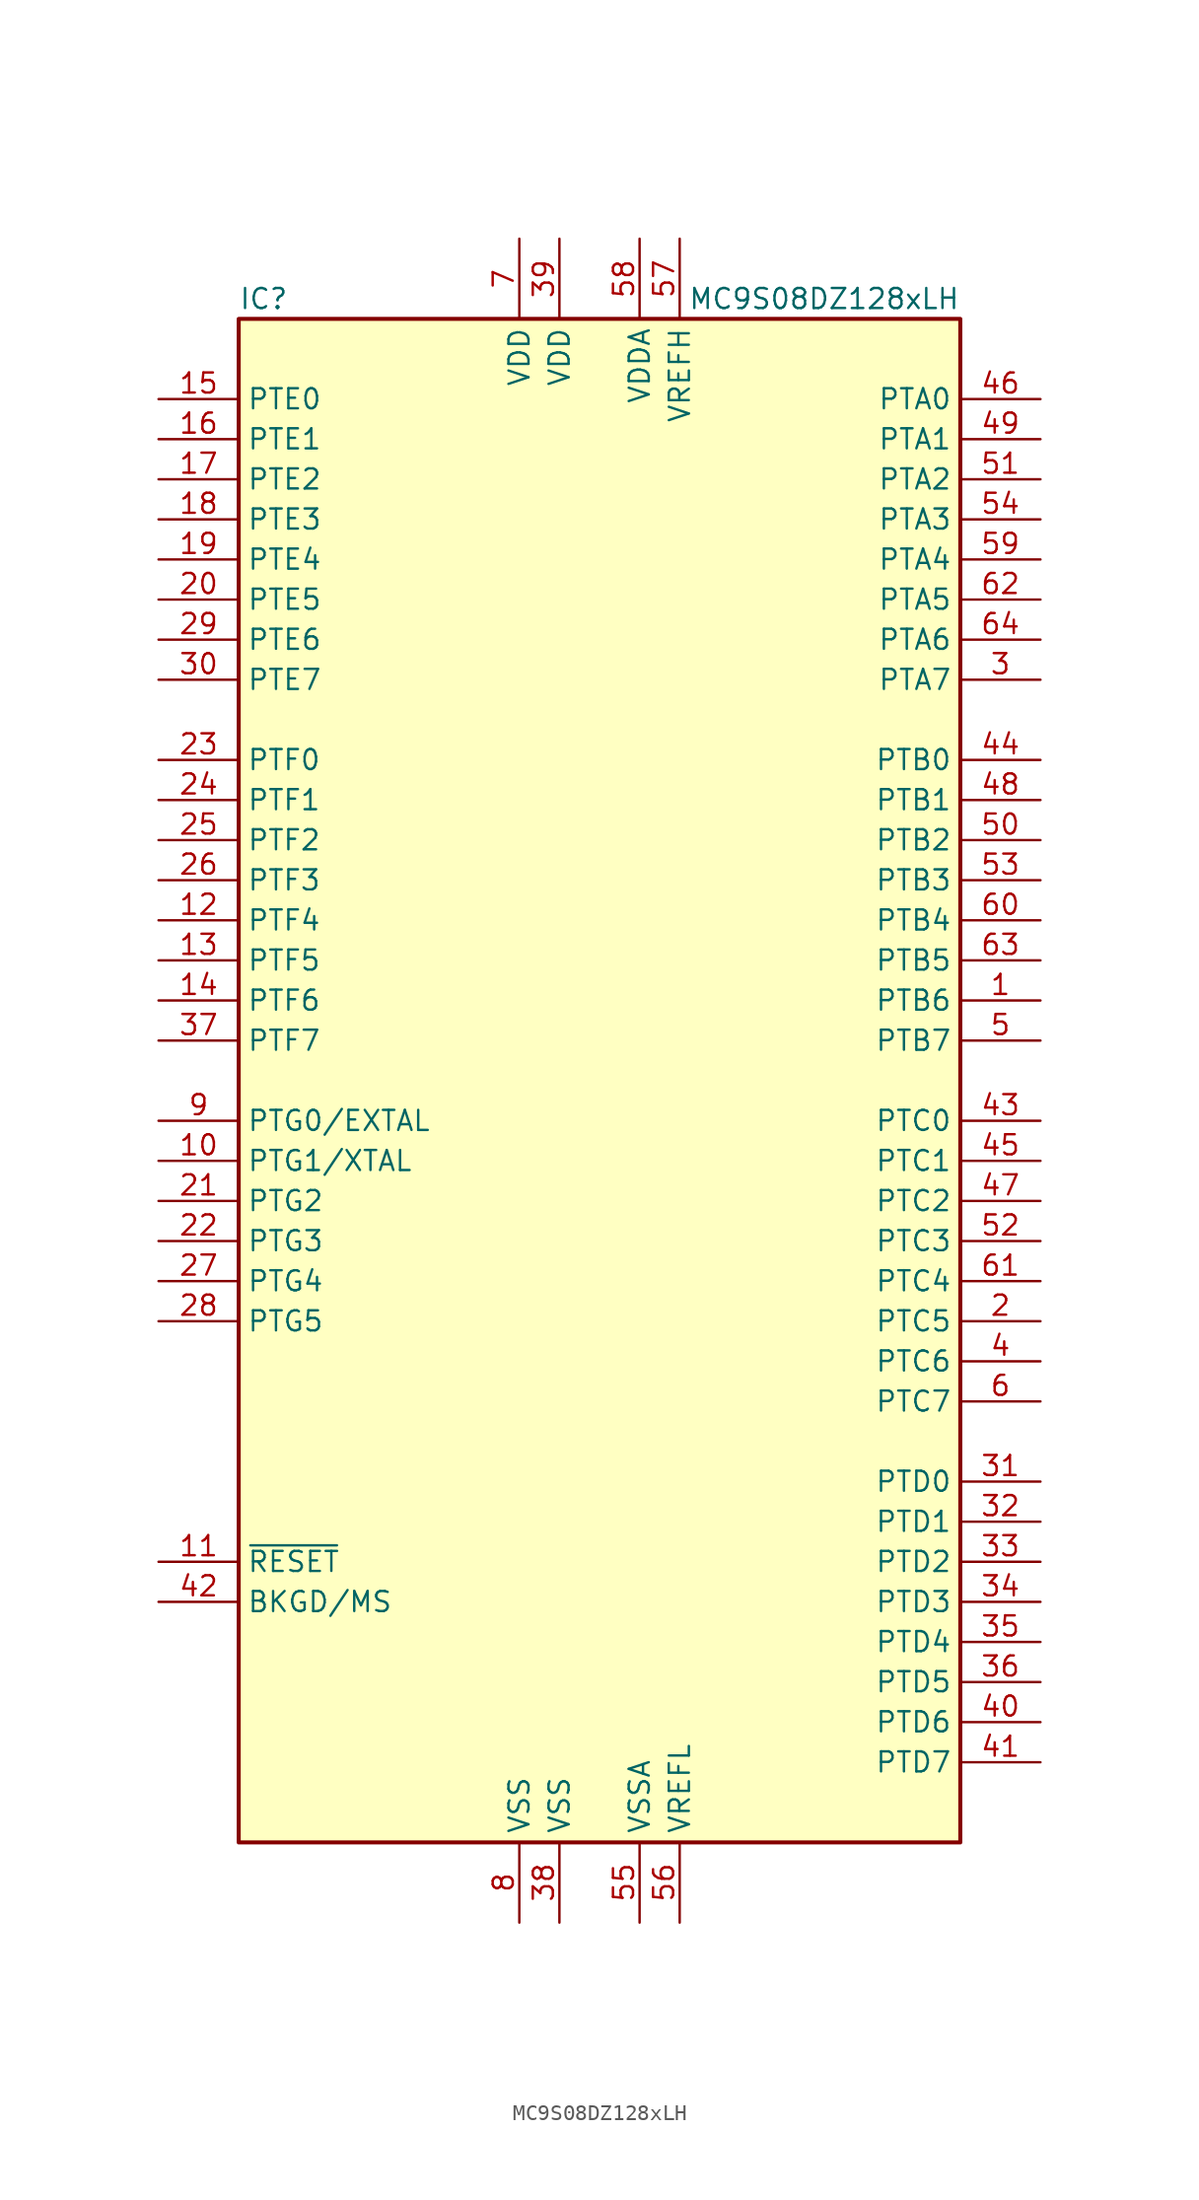
<source format=kicad_sym>
(kicad_symbol_lib
  (version 20211014)
  (generator kicad_symbol_editor)
  (symbol "MC9S08DZ128xLH"
    (property "Reference" "IC"
      (at -22.86 49.53 0)
      (effects (font (size 1.27 1.27)) (justify left)))
    (property "Value" "MC9S08DZ128xLH"
      (at 22.86 49.53 0)
      (effects (font (size 1.27 1.27)) (justify right)))
    (symbol "MC9S08DZ128xLH_0_1"
      (rectangle (start -22.86 48.26) (end 22.86 -48.26) (stroke (width 0.254) (type default) (color 0 0 0 0)) (fill (type background))))
    (symbol "MC9S08DZ128xLH_1_1"
      (pin bidirectional line (at 27.94 5.08 180) (length 5.08) (name "PTB6" (effects (font (size 1.27 1.27)))) (number "1" (effects (font (size 1.27 1.27)))))
      (pin bidirectional line (at -27.94 -5.08 0) (length 5.08) (name "PTG1/XTAL" (effects (font (size 1.27 1.27)))) (number "10" (effects (font (size 1.27 1.27)))))
      (pin input line (at -27.94 -30.48 0) (length 5.08) (name "~{RESET}" (effects (font (size 1.27 1.27)))) (number "11" (effects (font (size 1.27 1.27)))))
      (pin bidirectional line (at -27.94 10.16 0) (length 5.08) (name "PTF4" (effects (font (size 1.27 1.27)))) (number "12" (effects (font (size 1.27 1.27)))))
      (pin bidirectional line (at -27.94 7.62 0) (length 5.08) (name "PTF5" (effects (font (size 1.27 1.27)))) (number "13" (effects (font (size 1.27 1.27)))))
      (pin bidirectional line (at -27.94 5.08 0) (length 5.08) (name "PTF6" (effects (font (size 1.27 1.27)))) (number "14" (effects (font (size 1.27 1.27)))))
      (pin bidirectional line (at -27.94 43.18 0) (length 5.08) (name "PTE0" (effects (font (size 1.27 1.27)))) (number "15" (effects (font (size 1.27 1.27)))))
      (pin bidirectional line (at -27.94 40.64 0) (length 5.08) (name "PTE1" (effects (font (size 1.27 1.27)))) (number "16" (effects (font (size 1.27 1.27)))))
      (pin bidirectional line (at -27.94 38.1 0) (length 5.08) (name "PTE2" (effects (font (size 1.27 1.27)))) (number "17" (effects (font (size 1.27 1.27)))))
      (pin bidirectional line (at -27.94 35.56 0) (length 5.08) (name "PTE3" (effects (font (size 1.27 1.27)))) (number "18" (effects (font (size 1.27 1.27)))))
      (pin bidirectional line (at -27.94 33.02 0) (length 5.08) (name "PTE4" (effects (font (size 1.27 1.27)))) (number "19" (effects (font (size 1.27 1.27)))))
      (pin bidirectional line (at 27.94 -15.24 180) (length 5.08) (name "PTC5" (effects (font (size 1.27 1.27)))) (number "2" (effects (font (size 1.27 1.27)))))
      (pin bidirectional line (at -27.94 30.48 0) (length 5.08) (name "PTE5" (effects (font (size 1.27 1.27)))) (number "20" (effects (font (size 1.27 1.27)))))
      (pin bidirectional line (at -27.94 -7.62 0) (length 5.08) (name "PTG2" (effects (font (size 1.27 1.27)))) (number "21" (effects (font (size 1.27 1.27)))))
      (pin bidirectional line (at -27.94 -10.16 0) (length 5.08) (name "PTG3" (effects (font (size 1.27 1.27)))) (number "22" (effects (font (size 1.27 1.27)))))
      (pin bidirectional line (at -27.94 20.32 0) (length 5.08) (name "PTF0" (effects (font (size 1.27 1.27)))) (number "23" (effects (font (size 1.27 1.27)))))
      (pin bidirectional line (at -27.94 17.78 0) (length 5.08) (name "PTF1" (effects (font (size 1.27 1.27)))) (number "24" (effects (font (size 1.27 1.27)))))
      (pin bidirectional line (at -27.94 15.24 0) (length 5.08) (name "PTF2" (effects (font (size 1.27 1.27)))) (number "25" (effects (font (size 1.27 1.27)))))
      (pin bidirectional line (at -27.94 12.7 0) (length 5.08) (name "PTF3" (effects (font (size 1.27 1.27)))) (number "26" (effects (font (size 1.27 1.27)))))
      (pin bidirectional line (at -27.94 -12.7 0) (length 5.08) (name "PTG4" (effects (font (size 1.27 1.27)))) (number "27" (effects (font (size 1.27 1.27)))))
      (pin bidirectional line (at -27.94 -15.24 0) (length 5.08) (name "PTG5" (effects (font (size 1.27 1.27)))) (number "28" (effects (font (size 1.27 1.27)))))
      (pin bidirectional line (at -27.94 27.94 0) (length 5.08) (name "PTE6" (effects (font (size 1.27 1.27)))) (number "29" (effects (font (size 1.27 1.27)))))
      (pin bidirectional line (at 27.94 25.4 180) (length 5.08) (name "PTA7" (effects (font (size 1.27 1.27)))) (number "3" (effects (font (size 1.27 1.27)))))
      (pin bidirectional line (at -27.94 25.4 0) (length 5.08) (name "PTE7" (effects (font (size 1.27 1.27)))) (number "30" (effects (font (size 1.27 1.27)))))
      (pin bidirectional line (at 27.94 -25.4 180) (length 5.08) (name "PTD0" (effects (font (size 1.27 1.27)))) (number "31" (effects (font (size 1.27 1.27)))))
      (pin bidirectional line (at 27.94 -27.94 180) (length 5.08) (name "PTD1" (effects (font (size 1.27 1.27)))) (number "32" (effects (font (size 1.27 1.27)))))
      (pin bidirectional line (at 27.94 -30.48 180) (length 5.08) (name "PTD2" (effects (font (size 1.27 1.27)))) (number "33" (effects (font (size 1.27 1.27)))))
      (pin bidirectional line (at 27.94 -33.02 180) (length 5.08) (name "PTD3" (effects (font (size 1.27 1.27)))) (number "34" (effects (font (size 1.27 1.27)))))
      (pin bidirectional line (at 27.94 -35.56 180) (length 5.08) (name "PTD4" (effects (font (size 1.27 1.27)))) (number "35" (effects (font (size 1.27 1.27)))))
      (pin bidirectional line (at 27.94 -38.1 180) (length 5.08) (name "PTD5" (effects (font (size 1.27 1.27)))) (number "36" (effects (font (size 1.27 1.27)))))
      (pin bidirectional line (at -27.94 2.54 0) (length 5.08) (name "PTF7" (effects (font (size 1.27 1.27)))) (number "37" (effects (font (size 1.27 1.27)))))
      (pin power_in line (at -2.54 -53.34 90) (length 5.08) (name "VSS" (effects (font (size 1.27 1.27)))) (number "38" (effects (font (size 1.27 1.27)))))
      (pin power_in line (at -2.54 53.34 270) (length 5.08) (name "VDD" (effects (font (size 1.27 1.27)))) (number "39" (effects (font (size 1.27 1.27)))))
      (pin bidirectional line (at 27.94 -17.78 180) (length 5.08) (name "PTC6" (effects (font (size 1.27 1.27)))) (number "4" (effects (font (size 1.27 1.27)))))
      (pin bidirectional line (at 27.94 -40.64 180) (length 5.08) (name "PTD6" (effects (font (size 1.27 1.27)))) (number "40" (effects (font (size 1.27 1.27)))))
      (pin bidirectional line (at 27.94 -43.18 180) (length 5.08) (name "PTD7" (effects (font (size 1.27 1.27)))) (number "41" (effects (font (size 1.27 1.27)))))
      (pin bidirectional line (at -27.94 -33.02 0) (length 5.08) (name "BKGD/MS" (effects (font (size 1.27 1.27)))) (number "42" (effects (font (size 1.27 1.27)))))
      (pin bidirectional line (at 27.94 -2.54 180) (length 5.08) (name "PTC0" (effects (font (size 1.27 1.27)))) (number "43" (effects (font (size 1.27 1.27)))))
      (pin bidirectional line (at 27.94 20.32 180) (length 5.08) (name "PTB0" (effects (font (size 1.27 1.27)))) (number "44" (effects (font (size 1.27 1.27)))))
      (pin bidirectional line (at 27.94 -5.08 180) (length 5.08) (name "PTC1" (effects (font (size 1.27 1.27)))) (number "45" (effects (font (size 1.27 1.27)))))
      (pin bidirectional line (at 27.94 43.18 180) (length 5.08) (name "PTA0" (effects (font (size 1.27 1.27)))) (number "46" (effects (font (size 1.27 1.27)))))
      (pin bidirectional line (at 27.94 -7.62 180) (length 5.08) (name "PTC2" (effects (font (size 1.27 1.27)))) (number "47" (effects (font (size 1.27 1.27)))))
      (pin bidirectional line (at 27.94 17.78 180) (length 5.08) (name "PTB1" (effects (font (size 1.27 1.27)))) (number "48" (effects (font (size 1.27 1.27)))))
      (pin bidirectional line (at 27.94 40.64 180) (length 5.08) (name "PTA1" (effects (font (size 1.27 1.27)))) (number "49" (effects (font (size 1.27 1.27)))))
      (pin bidirectional line (at 27.94 2.54 180) (length 5.08) (name "PTB7" (effects (font (size 1.27 1.27)))) (number "5" (effects (font (size 1.27 1.27)))))
      (pin bidirectional line (at 27.94 15.24 180) (length 5.08) (name "PTB2" (effects (font (size 1.27 1.27)))) (number "50" (effects (font (size 1.27 1.27)))))
      (pin bidirectional line (at 27.94 38.1 180) (length 5.08) (name "PTA2" (effects (font (size 1.27 1.27)))) (number "51" (effects (font (size 1.27 1.27)))))
      (pin bidirectional line (at 27.94 -10.16 180) (length 5.08) (name "PTC3" (effects (font (size 1.27 1.27)))) (number "52" (effects (font (size 1.27 1.27)))))
      (pin bidirectional line (at 27.94 12.7 180) (length 5.08) (name "PTB3" (effects (font (size 1.27 1.27)))) (number "53" (effects (font (size 1.27 1.27)))))
      (pin bidirectional line (at 27.94 35.56 180) (length 5.08) (name "PTA3" (effects (font (size 1.27 1.27)))) (number "54" (effects (font (size 1.27 1.27)))))
      (pin power_in line (at 2.54 -53.34 90) (length 5.08) (name "VSSA" (effects (font (size 1.27 1.27)))) (number "55" (effects (font (size 1.27 1.27)))))
      (pin power_in line (at 5.08 -53.34 90) (length 5.08) (name "VREFL" (effects (font (size 1.27 1.27)))) (number "56" (effects (font (size 1.27 1.27)))))
      (pin power_in line (at 5.08 53.34 270) (length 5.08) (name "VREFH" (effects (font (size 1.27 1.27)))) (number "57" (effects (font (size 1.27 1.27)))))
      (pin power_in line (at 2.54 53.34 270) (length 5.08) (name "VDDA" (effects (font (size 1.27 1.27)))) (number "58" (effects (font (size 1.27 1.27)))))
      (pin bidirectional line (at 27.94 33.02 180) (length 5.08) (name "PTA4" (effects (font (size 1.27 1.27)))) (number "59" (effects (font (size 1.27 1.27)))))
      (pin bidirectional line (at 27.94 -20.32 180) (length 5.08) (name "PTC7" (effects (font (size 1.27 1.27)))) (number "6" (effects (font (size 1.27 1.27)))))
      (pin bidirectional line (at 27.94 10.16 180) (length 5.08) (name "PTB4" (effects (font (size 1.27 1.27)))) (number "60" (effects (font (size 1.27 1.27)))))
      (pin bidirectional line (at 27.94 -12.7 180) (length 5.08) (name "PTC4" (effects (font (size 1.27 1.27)))) (number "61" (effects (font (size 1.27 1.27)))))
      (pin bidirectional line (at 27.94 30.48 180) (length 5.08) (name "PTA5" (effects (font (size 1.27 1.27)))) (number "62" (effects (font (size 1.27 1.27)))))
      (pin bidirectional line (at 27.94 7.62 180) (length 5.08) (name "PTB5" (effects (font (size 1.27 1.27)))) (number "63" (effects (font (size 1.27 1.27)))))
      (pin bidirectional line (at 27.94 27.94 180) (length 5.08) (name "PTA6" (effects (font (size 1.27 1.27)))) (number "64" (effects (font (size 1.27 1.27)))))
      (pin power_in line (at -5.08 53.34 270) (length 5.08) (name "VDD" (effects (font (size 1.27 1.27)))) (number "7" (effects (font (size 1.27 1.27)))))
      (pin power_in line (at -5.08 -53.34 90) (length 5.08) (name "VSS" (effects (font (size 1.27 1.27)))) (number "8" (effects (font (size 1.27 1.27)))))
      (pin bidirectional line (at -27.94 -2.54 0) (length 5.08) (name "PTG0/EXTAL" (effects (font (size 1.27 1.27)))) (number "9" (effects (font (size 1.27 1.27))))))))
</source>
